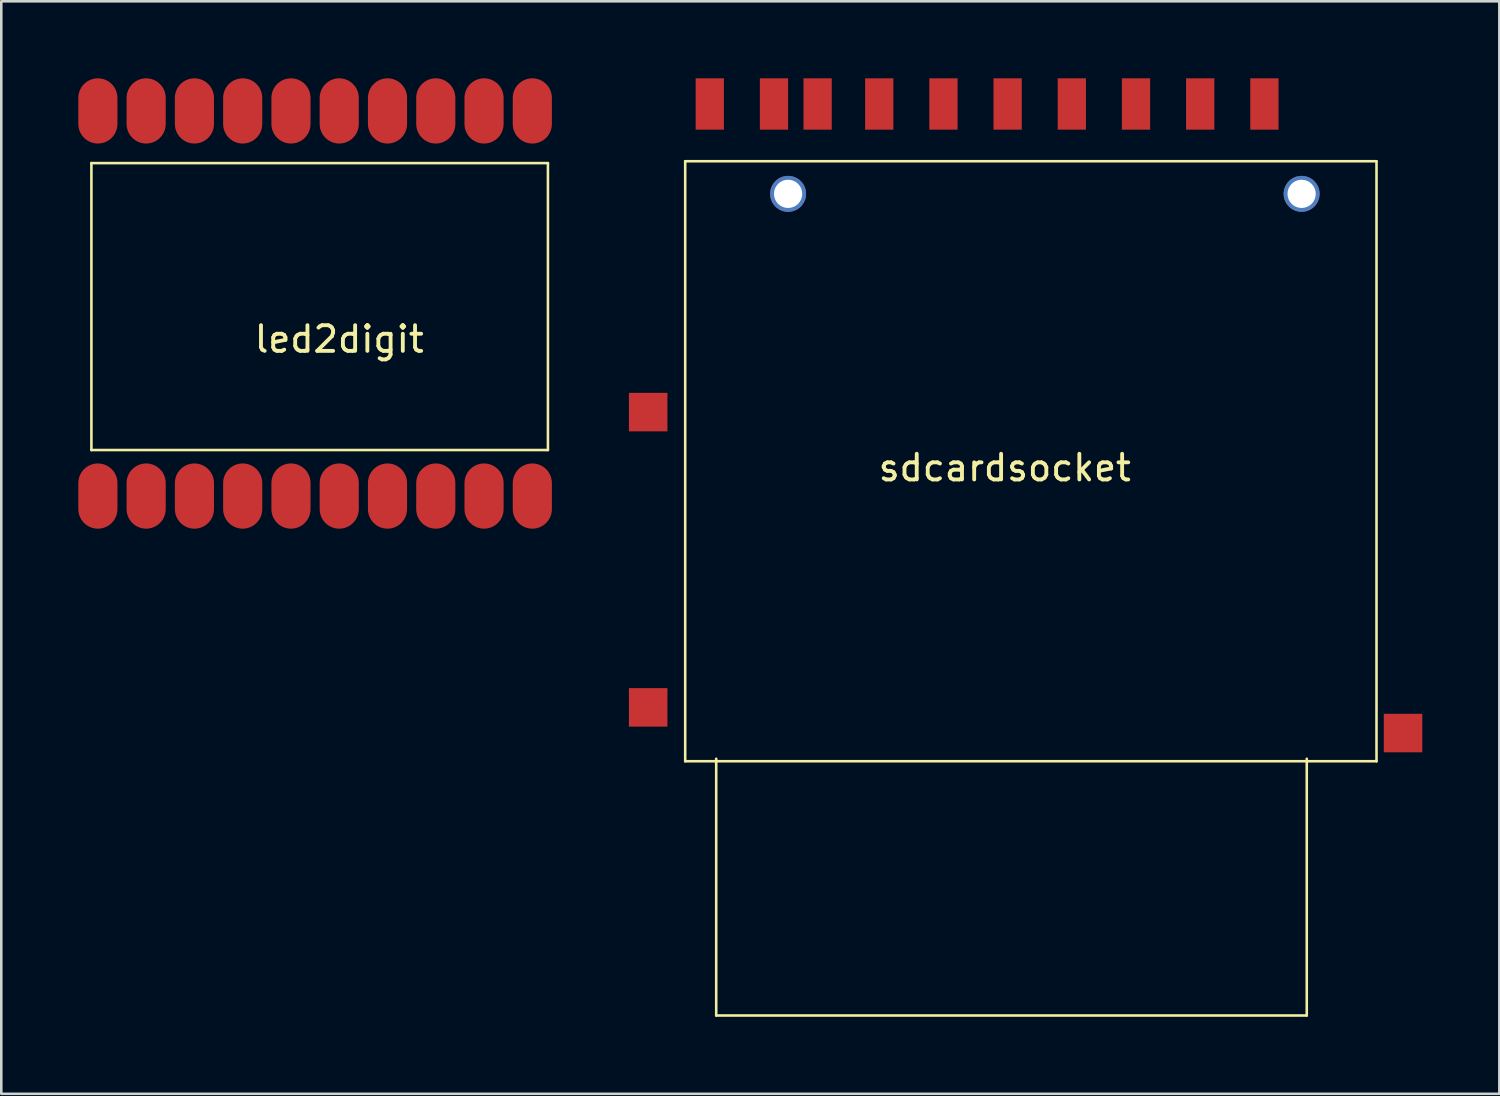
<source format=kicad_pcb>
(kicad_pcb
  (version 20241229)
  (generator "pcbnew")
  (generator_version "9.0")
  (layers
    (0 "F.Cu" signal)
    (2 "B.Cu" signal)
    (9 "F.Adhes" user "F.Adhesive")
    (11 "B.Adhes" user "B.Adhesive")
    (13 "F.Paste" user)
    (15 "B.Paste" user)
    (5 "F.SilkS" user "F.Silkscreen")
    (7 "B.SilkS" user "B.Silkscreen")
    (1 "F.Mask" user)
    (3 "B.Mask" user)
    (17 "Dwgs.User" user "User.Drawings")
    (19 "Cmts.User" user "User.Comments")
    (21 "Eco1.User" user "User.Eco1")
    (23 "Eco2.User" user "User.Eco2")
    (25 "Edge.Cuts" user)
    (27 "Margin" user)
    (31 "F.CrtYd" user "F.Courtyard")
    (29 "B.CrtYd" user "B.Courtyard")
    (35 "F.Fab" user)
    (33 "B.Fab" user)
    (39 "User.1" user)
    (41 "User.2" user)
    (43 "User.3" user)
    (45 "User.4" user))
  (footprint "led2digit"
    (layer "F.Cu")
    (at 10.162 1.27)
    (property "Reference" "led2digit" (at 0 8.89 0) (layer "F.SilkS") (effects (font (size 1 1) (thickness 0.15))))
    (attr through_hole)
    (fp_line (start -9.652 2.032) (end 8.128 2.032) (stroke (width 0.1) (type solid)) (layer "F.SilkS"))
    (fp_line (start -9.652 13.208) (end -9.652 2.032) (stroke (width 0.1) (type solid)) (layer "F.SilkS"))
    (fp_line (start 8.128 2.032) (end 8.128 13.208) (stroke (width 0.1) (type solid)) (layer "F.SilkS"))
    (fp_line (start 8.128 13.208) (end -9.652 13.208) (stroke (width 0.1) (type solid)) (layer "F.SilkS"))
    (pad "1" smd oval (at -9.4 15) (size 1.524 2.54) (layers "F.Cu" "F.Mask" "F.Paste"))
    (pad "2" smd oval (at -7.52 15) (size 1.524 2.54) (layers "F.Cu" "F.Mask" "F.Paste"))
    (pad "3" smd oval (at -5.64 15) (size 1.524 2.54) (layers "F.Cu" "F.Mask" "F.Paste"))
    (pad "4" smd oval (at -3.76 15) (size 1.524 2.54) (layers "F.Cu" "F.Mask" "F.Paste"))
    (pad "5" smd oval (at -1.88 15) (size 1.524 2.54) (layers "F.Cu" "F.Mask" "F.Paste"))
    (pad "6" smd oval (at 0 15) (size 1.524 2.54) (layers "F.Cu" "F.Mask" "F.Paste"))
    (pad "7" smd oval (at 1.88 15) (size 1.524 2.54) (layers "F.Cu" "F.Mask" "F.Paste"))
    (pad "8" smd oval (at 3.76 15) (size 1.524 2.54) (layers "F.Cu" "F.Mask" "F.Paste"))
    (pad "9" smd oval (at 5.64 15) (size 1.524 2.54) (layers "F.Cu" "F.Mask" "F.Paste"))
    (pad "10" smd oval (at 7.52 15) (size 1.524 2.54) (layers "F.Cu" "F.Mask" "F.Paste"))
    (pad "11" smd oval (at 7.52 0) (size 1.524 2.54) (layers "F.Cu" "F.Mask" "F.Paste"))
    (pad "12" smd oval (at 5.64 0) (size 1.524 2.54) (layers "F.Cu" "F.Mask" "F.Paste"))
    (pad "13" smd oval (at 3.76 0) (size 1.524 2.54) (layers "F.Cu" "F.Mask" "F.Paste"))
    (pad "14" smd oval (at 1.88 0) (size 1.524 2.54) (layers "F.Cu" "F.Mask" "F.Paste"))
    (pad "15" smd oval (at 0 0) (size 1.524 2.54) (layers "F.Cu" "F.Mask" "F.Paste"))
    (pad "16" smd oval (at -1.88 0) (size 1.524 2.54) (layers "F.Cu" "F.Mask" "F.Paste"))
    (pad "17" smd oval (at -3.76 0) (size 1.524 2.54) (layers "F.Cu" "F.Mask" "F.Paste"))
    (pad "18" smd oval (at -5.64 0) (size 1.524 2.54) (layers "F.Cu" "F.Mask" "F.Paste"))
    (pad "19" smd oval (at -7.52 0) (size 1.524 2.54) (layers "F.Cu" "F.Mask" "F.Paste"))
    (pad "20" smd oval (at -9.4 0) (size 1.524 2.54) (layers "F.Cu" "F.Mask" "F.Paste")))
  (footprint "sdcardsocket"
    (layer "F.Cu")
    (at 36.844 4.5)
    (property "Reference" "sdcardsocket" (at -0.762 10.668 0) (layer "F.SilkS") (effects (font (size 1 1) (thickness 0.15))))
    (attr through_hole)
    (fp_line (start -13.208 -1.27) (end 13.716 -1.27) (stroke (width 0.1) (type solid)) (layer "F.SilkS"))
    (fp_line (start -13.208 22.098) (end -13.208 -1.27) (stroke (width 0.1) (type solid)) (layer "F.SilkS"))
    (fp_line (start -12 22) (end -12 32) (stroke (width 0.1) (type solid)) (layer "F.SilkS"))
    (fp_line (start -12 32) (end 11 32) (stroke (width 0.1) (type solid)) (layer "F.SilkS"))
    (fp_line (start 11 32) (end 11 22) (stroke (width 0.1) (type solid)) (layer "F.SilkS"))
    (fp_line (start 13.716 -1.27) (end 13.716 22.098) (stroke (width 0.1) (type solid)) (layer "F.SilkS"))
    (fp_line (start 13.716 22.098) (end -13.208 22.098) (stroke (width 0.1) (type solid)) (layer "F.SilkS"))
    (pad "" thru_hole circle (at -9.2 0) (size 1.4 1.4) (drill 1.1) (layers "*.Cu" "*.Mask"))
    (pad "" thru_hole circle (at 10.8 0) (size 1.4 1.4) (drill 1.1) (layers "*.Cu" "*.Mask"))
    (pad "1" smd rect (at 6.85 -3.5) (size 1.1 2) (layers "F.Cu" "F.Mask" "F.Paste"))
    (pad "2" smd rect (at 4.35 -3.5) (size 1.1 2) (layers "F.Cu" "F.Mask" "F.Paste"))
    (pad "3" smd rect (at 1.85 -3.5) (size 1.1 2) (layers "F.Cu" "F.Mask" "F.Paste"))
    (pad "4" smd rect (at -0.65 -3.5) (size 1.1 2) (layers "F.Cu" "F.Mask" "F.Paste"))
    (pad "5" smd rect (at -3.15 -3.5) (size 1.1 2) (layers "F.Cu" "F.Mask" "F.Paste"))
    (pad "6" smd rect (at -5.65 -3.5) (size 1.1 2) (layers "F.Cu" "F.Mask" "F.Paste"))
    (pad "7" smd rect (at -8.05 -3.5) (size 1.1 2) (layers "F.Cu" "F.Mask" "F.Paste"))
    (pad "8" smd rect (at -9.75 -3.5) (size 1.1 2) (layers "F.Cu" "F.Mask" "F.Paste"))
    (pad "9" smd rect (at 9.35 -3.5) (size 1.1 2) (layers "F.Cu" "F.Mask" "F.Paste"))
    (pad "10" smd rect (at -12.25 -3.5) (size 1.1 2) (layers "F.Cu" "F.Mask" "F.Paste"))
    (pad "11" smd rect (at -14.65 8.5) (size 1.5 1.5) (layers "F.Cu" "F.Mask" "F.Paste"))
    (pad "12" smd rect (at -14.65 20) (size 1.5 1.5) (layers "F.Cu" "F.Mask" "F.Paste"))
    (pad "13" smd rect (at 14.75 21) (size 1.5 1.5) (layers "F.Cu" "F.Mask" "F.Paste")))
  (gr_rect
    (start -3 -3)
    (end 55.344 39.55)
    (stroke (width 0.1) (type default))
    (fill no)
    (layer "Edge.Cuts")))
</source>
